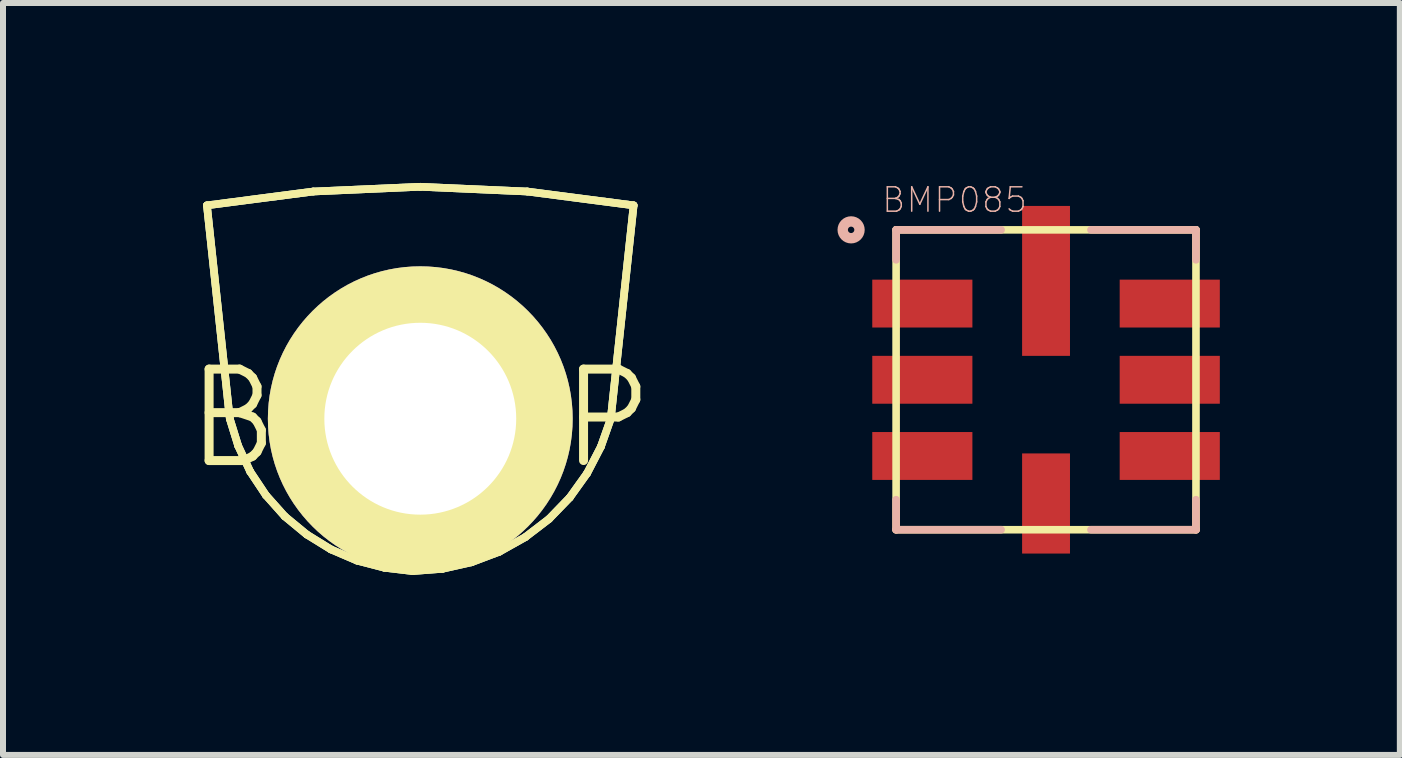
<source format=kicad_pcb>
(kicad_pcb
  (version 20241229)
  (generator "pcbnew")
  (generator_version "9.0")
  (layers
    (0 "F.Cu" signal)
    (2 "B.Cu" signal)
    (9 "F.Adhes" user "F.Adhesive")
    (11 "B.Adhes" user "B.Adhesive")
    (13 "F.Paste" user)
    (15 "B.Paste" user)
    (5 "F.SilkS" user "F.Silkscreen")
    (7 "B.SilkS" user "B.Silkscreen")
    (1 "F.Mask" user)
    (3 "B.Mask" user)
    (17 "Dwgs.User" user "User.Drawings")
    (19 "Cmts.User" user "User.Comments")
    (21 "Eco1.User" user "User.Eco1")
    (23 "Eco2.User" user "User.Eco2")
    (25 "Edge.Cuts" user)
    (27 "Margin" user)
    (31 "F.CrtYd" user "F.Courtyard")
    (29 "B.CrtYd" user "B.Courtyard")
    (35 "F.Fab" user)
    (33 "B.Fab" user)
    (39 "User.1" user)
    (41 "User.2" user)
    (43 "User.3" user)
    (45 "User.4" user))
  (footprint "BIGTAP"
    (layer "F.Cu")
    (at 3.955 3.929)
    (property "Reference" "BIGTAP" (at 0 0 0) (layer "F.SilkS") (effects (font (size 1.524 1.524) (thickness 0.15))))
    (attr exclude_from_pos_files exclude_from_bom)
    (fp_line (start -3.556 -3.556) (end -3.175 0) (stroke (width 0.127) (type solid)) (layer "B.Cu"))
    (fp_line (start -3.175 0) (end -3.035 0.452) (stroke (width 0.127) (type solid)) (layer "B.Cu"))
    (fp_line (start -3.035 0.452) (end -2.835 0.881) (stroke (width 0.127) (type solid)) (layer "B.Cu"))
    (fp_line (start -2.835 0.881) (end -2.573 1.275) (stroke (width 0.127) (type solid)) (layer "B.Cu"))
    (fp_line (start -2.573 1.275) (end -2.258 1.628) (stroke (width 0.127) (type solid)) (layer "B.Cu"))
    (fp_line (start -2.258 1.628) (end -1.892 1.93) (stroke (width 0.127) (type solid)) (layer "B.Cu"))
    (fp_line (start -1.892 1.93) (end -1.488 2.179) (stroke (width 0.127) (type solid)) (layer "B.Cu"))
    (fp_line (start -1.783 -3.787) (end -3.556 -3.556) (stroke (width 0.127) (type solid)) (layer "B.Cu"))
    (fp_line (start -1.488 2.179) (end -1.054 2.365) (stroke (width 0.127) (type solid)) (layer "B.Cu"))
    (fp_line (start -1.054 2.365) (end -0.597 2.484) (stroke (width 0.127) (type solid)) (layer "B.Cu"))
    (fp_line (start -0.597 2.484) (end -0.127 2.54) (stroke (width 0.127) (type solid)) (layer "B.Cu"))
    (fp_line (start -0.127 2.54) (end 0.368 2.502) (stroke (width 0.127) (type solid)) (layer "B.Cu"))
    (fp_line (start 0 -3.866) (end -1.783 -3.787) (stroke (width 0.127) (type solid)) (layer "B.Cu"))
    (fp_line (start 0.368 2.502) (end 0.853 2.393) (stroke (width 0.127) (type solid)) (layer "B.Cu"))
    (fp_line (start 0.853 2.393) (end 1.318 2.217) (stroke (width 0.127) (type solid)) (layer "B.Cu"))
    (fp_line (start 1.318 2.217) (end 1.75 1.974) (stroke (width 0.127) (type solid)) (layer "B.Cu"))
    (fp_line (start 1.75 1.974) (end 2.146 1.671) (stroke (width 0.127) (type solid)) (layer "B.Cu"))
    (fp_line (start 1.783 -3.787) (end 0 -3.866) (stroke (width 0.127) (type solid)) (layer "B.Cu"))
    (fp_line (start 2.146 1.671) (end 2.492 1.313) (stroke (width 0.127) (type solid)) (layer "B.Cu"))
    (fp_line (start 2.492 1.313) (end 2.781 0.909) (stroke (width 0.127) (type solid)) (layer "B.Cu"))
    (fp_line (start 2.781 0.909) (end 3.01 0.467) (stroke (width 0.127) (type solid)) (layer "B.Cu"))
    (fp_line (start 3.01 0.467) (end 3.175 0) (stroke (width 0.127) (type solid)) (layer "B.Cu"))
    (fp_line (start 3.175 0) (end 3.556 -3.556) (stroke (width 0.127) (type solid)) (layer "B.Cu"))
    (fp_line (start 3.556 -3.556) (end 1.783 -3.787) (stroke (width 0.127) (type solid)) (layer "B.Cu"))
    (fp_line (start -3.556 -3.556) (end -3.175 0) (stroke (width 0.127) (type solid)) (layer "F.SilkS"))
    (fp_line (start -3.556 -3.556) (end -3.175 0) (stroke (width 0.127) (type solid)) (layer "F.SilkS"))
    (fp_line (start -3.175 0) (end -3.035 0.452) (stroke (width 0.127) (type solid)) (layer "F.SilkS"))
    (fp_line (start -3.175 0) (end -3.035 0.452) (stroke (width 0.127) (type solid)) (layer "F.SilkS"))
    (fp_line (start -3.035 0.452) (end -2.835 0.881) (stroke (width 0.127) (type solid)) (layer "F.SilkS"))
    (fp_line (start -3.035 0.452) (end -2.835 0.881) (stroke (width 0.127) (type solid)) (layer "F.SilkS"))
    (fp_line (start -2.835 0.881) (end -2.573 1.275) (stroke (width 0.127) (type solid)) (layer "F.SilkS"))
    (fp_line (start -2.835 0.881) (end -2.573 1.275) (stroke (width 0.127) (type solid)) (layer "F.SilkS"))
    (fp_line (start -2.573 1.275) (end -2.258 1.628) (stroke (width 0.127) (type solid)) (layer "F.SilkS"))
    (fp_line (start -2.573 1.275) (end -2.258 1.628) (stroke (width 0.127) (type solid)) (layer "F.SilkS"))
    (fp_line (start -2.258 1.628) (end -1.892 1.93) (stroke (width 0.127) (type solid)) (layer "F.SilkS"))
    (fp_line (start -2.258 1.628) (end -1.892 1.93) (stroke (width 0.127) (type solid)) (layer "F.SilkS"))
    (fp_line (start -1.892 1.93) (end -1.488 2.179) (stroke (width 0.127) (type solid)) (layer "F.SilkS"))
    (fp_line (start -1.892 1.93) (end -1.488 2.179) (stroke (width 0.127) (type solid)) (layer "F.SilkS"))
    (fp_line (start -1.783 -3.787) (end -3.556 -3.556) (stroke (width 0.127) (type solid)) (layer "F.SilkS"))
    (fp_line (start -1.783 -3.787) (end -3.556 -3.556) (stroke (width 0.127) (type solid)) (layer "F.SilkS"))
    (fp_line (start -1.488 2.179) (end -1.054 2.365) (stroke (width 0.127) (type solid)) (layer "F.SilkS"))
    (fp_line (start -1.488 2.179) (end -1.054 2.365) (stroke (width 0.127) (type solid)) (layer "F.SilkS"))
    (fp_line (start -1.054 2.365) (end -0.597 2.484) (stroke (width 0.127) (type solid)) (layer "F.SilkS"))
    (fp_line (start -1.054 2.365) (end -0.597 2.484) (stroke (width 0.127) (type solid)) (layer "F.SilkS"))
    (fp_line (start -0.597 2.484) (end -0.127 2.54) (stroke (width 0.127) (type solid)) (layer "F.SilkS"))
    (fp_line (start -0.597 2.484) (end -0.127 2.54) (stroke (width 0.127) (type solid)) (layer "F.SilkS"))
    (fp_line (start -0.127 2.54) (end 0.368 2.502) (stroke (width 0.127) (type solid)) (layer "F.SilkS"))
    (fp_line (start -0.127 2.54) (end 0.368 2.502) (stroke (width 0.127) (type solid)) (layer "F.SilkS"))
    (fp_line (start 0 -3.866) (end -1.783 -3.787) (stroke (width 0.127) (type solid)) (layer "F.SilkS"))
    (fp_line (start 0 -3.866) (end -1.783 -3.787) (stroke (width 0.127) (type solid)) (layer "F.SilkS"))
    (fp_line (start 0.368 2.502) (end 0.853 2.393) (stroke (width 0.127) (type solid)) (layer "F.SilkS"))
    (fp_line (start 0.368 2.502) (end 0.853 2.393) (stroke (width 0.127) (type solid)) (layer "F.SilkS"))
    (fp_line (start 0.853 2.393) (end 1.318 2.217) (stroke (width 0.127) (type solid)) (layer "F.SilkS"))
    (fp_line (start 0.853 2.393) (end 1.318 2.217) (stroke (width 0.127) (type solid)) (layer "F.SilkS"))
    (fp_line (start 1.318 2.217) (end 1.75 1.974) (stroke (width 0.127) (type solid)) (layer "F.SilkS"))
    (fp_line (start 1.318 2.217) (end 1.75 1.974) (stroke (width 0.127) (type solid)) (layer "F.SilkS"))
    (fp_line (start 1.75 1.974) (end 2.146 1.671) (stroke (width 0.127) (type solid)) (layer "F.SilkS"))
    (fp_line (start 1.75 1.974) (end 2.146 1.671) (stroke (width 0.127) (type solid)) (layer "F.SilkS"))
    (fp_line (start 1.783 -3.787) (end 0 -3.866) (stroke (width 0.127) (type solid)) (layer "F.SilkS"))
    (fp_line (start 1.783 -3.787) (end 0 -3.866) (stroke (width 0.127) (type solid)) (layer "F.SilkS"))
    (fp_line (start 2.146 1.671) (end 2.492 1.313) (stroke (width 0.127) (type solid)) (layer "F.SilkS"))
    (fp_line (start 2.146 1.671) (end 2.492 1.313) (stroke (width 0.127) (type solid)) (layer "F.SilkS"))
    (fp_line (start 2.492 1.313) (end 2.781 0.909) (stroke (width 0.127) (type solid)) (layer "F.SilkS"))
    (fp_line (start 2.492 1.313) (end 2.781 0.909) (stroke (width 0.127) (type solid)) (layer "F.SilkS"))
    (fp_line (start 2.781 0.909) (end 3.01 0.467) (stroke (width 0.127) (type solid)) (layer "F.SilkS"))
    (fp_line (start 2.781 0.909) (end 3.01 0.467) (stroke (width 0.127) (type solid)) (layer "F.SilkS"))
    (fp_line (start 3.01 0.467) (end 3.175 0) (stroke (width 0.127) (type solid)) (layer "F.SilkS"))
    (fp_line (start 3.01 0.467) (end 3.175 0) (stroke (width 0.127) (type solid)) (layer "F.SilkS"))
    (fp_line (start 3.175 0) (end 3.556 -3.556) (stroke (width 0.127) (type solid)) (layer "F.SilkS"))
    (fp_line (start 3.175 0) (end 3.556 -3.556) (stroke (width 0.127) (type solid)) (layer "F.SilkS"))
    (fp_line (start 3.556 -3.556) (end 1.783 -3.787) (stroke (width 0.127) (type solid)) (layer "F.SilkS"))
    (fp_line (start 3.556 -3.556) (end 1.783 -3.787) (stroke (width 0.127) (type solid)) (layer "F.SilkS"))
    (fp_line (start -3.556 -3.556) (end -3.175 0) (stroke (width 0.127) (type solid)) (layer "B.Adhes"))
    (fp_line (start -3.175 0) (end -3.035 0.452) (stroke (width 0.127) (type solid)) (layer "B.Adhes"))
    (fp_line (start -3.035 0.452) (end -2.835 0.881) (stroke (width 0.127) (type solid)) (layer "B.Adhes"))
    (fp_line (start -2.835 0.881) (end -2.573 1.275) (stroke (width 0.127) (type solid)) (layer "B.Adhes"))
    (fp_line (start -2.573 1.275) (end -2.258 1.628) (stroke (width 0.127) (type solid)) (layer "B.Adhes"))
    (fp_line (start -2.258 1.628) (end -1.892 1.93) (stroke (width 0.127) (type solid)) (layer "B.Adhes"))
    (fp_line (start -1.892 1.93) (end -1.488 2.179) (stroke (width 0.127) (type solid)) (layer "B.Adhes"))
    (fp_line (start -1.783 -3.787) (end -3.556 -3.556) (stroke (width 0.127) (type solid)) (layer "B.Adhes"))
    (fp_line (start -1.488 2.179) (end -1.054 2.365) (stroke (width 0.127) (type solid)) (layer "B.Adhes"))
    (fp_line (start -1.054 2.365) (end -0.597 2.484) (stroke (width 0.127) (type solid)) (layer "B.Adhes"))
    (fp_line (start -0.597 2.484) (end -0.127 2.54) (stroke (width 0.127) (type solid)) (layer "B.Adhes"))
    (fp_line (start -0.127 2.54) (end 0.368 2.502) (stroke (width 0.127) (type solid)) (layer "B.Adhes"))
    (fp_line (start 0 -3.866) (end -1.783 -3.787) (stroke (width 0.127) (type solid)) (layer "B.Adhes"))
    (fp_line (start 0.368 2.502) (end 0.853 2.393) (stroke (width 0.127) (type solid)) (layer "B.Adhes"))
    (fp_line (start 0.853 2.393) (end 1.318 2.217) (stroke (width 0.127) (type solid)) (layer "B.Adhes"))
    (fp_line (start 1.318 2.217) (end 1.75 1.974) (stroke (width 0.127) (type solid)) (layer "B.Adhes"))
    (fp_line (start 1.75 1.974) (end 2.146 1.671) (stroke (width 0.127) (type solid)) (layer "B.Adhes"))
    (fp_line (start 1.783 -3.787) (end 0 -3.866) (stroke (width 0.127) (type solid)) (layer "B.Adhes"))
    (fp_line (start 2.146 1.671) (end 2.492 1.313) (stroke (width 0.127) (type solid)) (layer "B.Adhes"))
    (fp_line (start 2.492 1.313) (end 2.781 0.909) (stroke (width 0.127) (type solid)) (layer "B.Adhes"))
    (fp_line (start 2.781 0.909) (end 3.01 0.467) (stroke (width 0.127) (type solid)) (layer "B.Adhes"))
    (fp_line (start 3.01 0.467) (end 3.175 0) (stroke (width 0.127) (type solid)) (layer "B.Adhes"))
    (fp_line (start 3.175 0) (end 3.556 -3.556) (stroke (width 0.127) (type solid)) (layer "B.Adhes"))
    (fp_line (start 3.556 -3.556) (end 1.783 -3.787) (stroke (width 0.127) (type solid)) (layer "B.Adhes"))
    (pad "P$1" thru_hole circle (at 0 0) (size 5.08 5.08) (drill 3.198) (layers "*.Cu" "F.Mask" "F.SilkS" "F.Paste")))
  (footprint "BMP085"
    (layer "F.Cu")
    (at 14.385 3.28)
    (property "Reference" "BMP085" (at -1.524 -2.997 0) (layer "B.SilkS") (effects (font (size 0.406 0.406) (thickness 0.025))))
    (attr smd)
    (fp_line (start -2.499 -2.499) (end 2.499 -2.499) (stroke (width 0.127) (type solid)) (layer "F.SilkS"))
    (fp_line (start -2.499 2.499) (end -2.499 -2.499) (stroke (width 0.127) (type solid)) (layer "F.SilkS"))
    (fp_line (start 2.499 -2.499) (end 2.499 2.499) (stroke (width 0.127) (type solid)) (layer "F.SilkS"))
    (fp_line (start 2.499 2.499) (end -2.499 2.499) (stroke (width 0.127) (type solid)) (layer "F.SilkS"))
    (fp_line (start -2.499 -2.499) (end -2.499 -1.999) (stroke (width 0.127) (type solid)) (layer "B.SilkS"))
    (fp_line (start -2.499 1.999) (end -2.499 2.499) (stroke (width 0.127) (type solid)) (layer "B.SilkS"))
    (fp_line (start -2.499 2.499) (end -0.749 2.499) (stroke (width 0.127) (type solid)) (layer "B.SilkS"))
    (fp_line (start -0.749 -2.499) (end -2.499 -2.499) (stroke (width 0.127) (type solid)) (layer "B.SilkS"))
    (fp_line (start 0.749 -2.499) (end 2.499 -2.499) (stroke (width 0.127) (type solid)) (layer "B.SilkS"))
    (fp_line (start 0.749 2.499) (end 2.499 2.499) (stroke (width 0.127) (type solid)) (layer "B.SilkS"))
    (fp_line (start 2.499 -2.499) (end 2.499 -1.999) (stroke (width 0.127) (type solid)) (layer "B.SilkS"))
    (fp_line (start 2.499 2.499) (end 2.499 1.999) (stroke (width 0.127) (type solid)) (layer "B.SilkS"))
    (fp_circle (center -3.249 -2.499) (end -3.348 -2.598) (stroke (width 0.173) (type solid)) (fill no) (layer "B.SilkS"))
    (pad "P$1" smd rect (at -2.062 -1.27) (size 1.669 0.798) (layers "F.Cu" "F.Mask" "F.Paste"))
    (pad "P$2" smd rect (at -2.062 0) (size 1.669 0.798) (layers "F.Cu" "F.Mask" "F.Paste"))
    (pad "P$3" smd rect (at -2.062 1.27) (size 1.669 0.798) (layers "F.Cu" "F.Mask" "F.Paste"))
    (pad "P$4" smd rect (at 0 2.062 90) (size 1.669 0.798) (layers "F.Cu" "F.Mask" "F.Paste"))
    (pad "P$5" smd rect (at 2.062 1.27 180) (size 1.669 0.798) (layers "F.Cu" "F.Mask" "F.Paste"))
    (pad "P$6" smd rect (at 2.062 0 180) (size 1.669 0.798) (layers "F.Cu" "F.Mask" "F.Paste"))
    (pad "P$7" smd rect (at 2.062 -1.27 180) (size 1.669 0.798) (layers "F.Cu" "F.Mask" "F.Paste"))
    (pad "P$8" smd rect (at 0 -1.648 270) (size 2.499 0.798) (layers "F.Cu" "F.Mask" "F.Paste")))
  (gr_rect
    (start -3 -3)
    (end 20.282 9.533)
    (stroke (width 0.1) (type default))
    (fill no)
    (layer "Edge.Cuts")))
</source>
